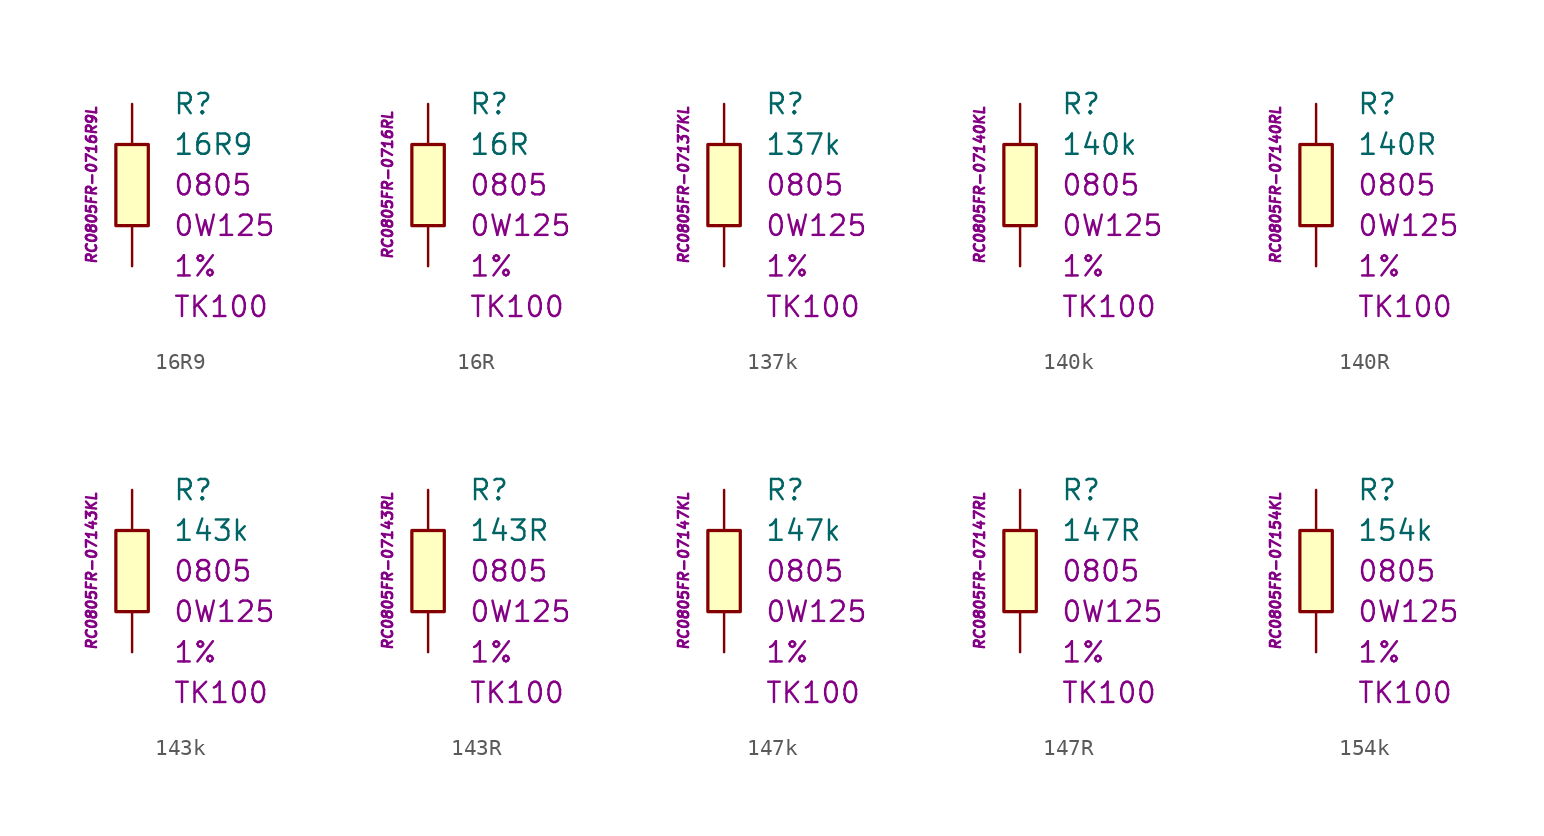
<source format=kicad_sym>
(kicad_symbol_lib
  (version 20201005)
  (generator kicad_symbol_editor)
  (symbol "16R9"
    (pin_numbers hide)
    (pin_names
      (offset 1.016) hide)
    (property "Reference" "R"
      (at 2.54 5.08 0)
      (effects (font (size 1.27 1.27)) (justify left)))
    (property "Value" "16R9"
      (at 2.54 2.54 0)
      (effects (font (size 1.27 1.27)) (justify left)))
    (property "Package" "0805"
      (at 2.54 0 0)
      (effects (font (size 1.27 1.27)) (justify left)))
    (property "Power" "0W125"
      (at 2.54 -2.54 0)
      (effects (font (size 1.27 1.27)) (justify left)))
    (property "Tolerance" "1%"
      (at 2.54 -5.08 0)
      (effects (font (size 1.27 1.27)) (justify left)))
    (property "TK" "TK100"
      (at 2.54 -7.62 0)
      (effects (font (size 1.27 1.27)) (justify left)))
    (property "ID" "RC0805FR-0716R9L"
      (at -2.54 0 90)
      (effects (font (size 0.635 0.635) italic)))
    (symbol "16R9_0_1"
      (rectangle (start -1.016 2.54) (end 1.016 -2.54) (stroke (width 0.203)) (fill (type background))))
    (symbol "16R9_1_1"
      (pin passive line (at 0 5.08 270) (length 2.54) (name "~" (effects (font (size 1.778 1.778)))) (number "1" (effects (font (size 1.778 1.778)))))
      (pin passive line (at 0 -5.08 90) (length 2.54) (name "~" (effects (font (size 1.778 1.778)))) (number "2" (effects (font (size 1.778 1.778)))))))
  (symbol "16R"
    (pin_numbers hide)
    (pin_names
      (offset 1.016) hide)
    (property "Reference" "R"
      (at 2.54 5.08 0)
      (effects (font (size 1.27 1.27)) (justify left)))
    (property "Value" "16R"
      (at 2.54 2.54 0)
      (effects (font (size 1.27 1.27)) (justify left)))
    (property "Package" "0805"
      (at 2.54 0 0)
      (effects (font (size 1.27 1.27)) (justify left)))
    (property "Power" "0W125"
      (at 2.54 -2.54 0)
      (effects (font (size 1.27 1.27)) (justify left)))
    (property "Tolerance" "1%"
      (at 2.54 -5.08 0)
      (effects (font (size 1.27 1.27)) (justify left)))
    (property "TK" "TK100"
      (at 2.54 -7.62 0)
      (effects (font (size 1.27 1.27)) (justify left)))
    (property "ID" "RC0805FR-0716RL"
      (at -2.54 0 90)
      (effects (font (size 0.635 0.635) italic)))
    (symbol "16R_0_1"
      (rectangle (start -1.016 2.54) (end 1.016 -2.54) (stroke (width 0.203)) (fill (type background))))
    (symbol "16R_1_1"
      (pin passive line (at 0 5.08 270) (length 2.54) (name "~" (effects (font (size 1.778 1.778)))) (number "1" (effects (font (size 1.778 1.778)))))
      (pin passive line (at 0 -5.08 90) (length 2.54) (name "~" (effects (font (size 1.778 1.778)))) (number "2" (effects (font (size 1.778 1.778)))))))
  (symbol "137k"
    (pin_numbers hide)
    (pin_names
      (offset 1.016) hide)
    (property "Reference" "R"
      (at 2.54 5.08 0)
      (effects (font (size 1.27 1.27)) (justify left)))
    (property "Value" "137k"
      (at 2.54 2.54 0)
      (effects (font (size 1.27 1.27)) (justify left)))
    (property "Package" "0805"
      (at 2.54 0 0)
      (effects (font (size 1.27 1.27)) (justify left)))
    (property "Power" "0W125"
      (at 2.54 -2.54 0)
      (effects (font (size 1.27 1.27)) (justify left)))
    (property "Tolerance" "1%"
      (at 2.54 -5.08 0)
      (effects (font (size 1.27 1.27)) (justify left)))
    (property "TK" "TK100"
      (at 2.54 -7.62 0)
      (effects (font (size 1.27 1.27)) (justify left)))
    (property "ID" "RC0805FR-07137KL"
      (at -2.54 0 90)
      (effects (font (size 0.635 0.635) italic)))
    (symbol "137k_0_1"
      (rectangle (start -1.016 2.54) (end 1.016 -2.54) (stroke (width 0.203)) (fill (type background))))
    (symbol "137k_1_1"
      (pin passive line (at 0 5.08 270) (length 2.54) (name "~" (effects (font (size 1.778 1.778)))) (number "1" (effects (font (size 1.778 1.778)))))
      (pin passive line (at 0 -5.08 90) (length 2.54) (name "~" (effects (font (size 1.778 1.778)))) (number "2" (effects (font (size 1.778 1.778)))))))
  (symbol "140k"
    (pin_numbers hide)
    (pin_names
      (offset 1.016) hide)
    (property "Reference" "R"
      (at 2.54 5.08 0)
      (effects (font (size 1.27 1.27)) (justify left)))
    (property "Value" "140k"
      (at 2.54 2.54 0)
      (effects (font (size 1.27 1.27)) (justify left)))
    (property "Package" "0805"
      (at 2.54 0 0)
      (effects (font (size 1.27 1.27)) (justify left)))
    (property "Power" "0W125"
      (at 2.54 -2.54 0)
      (effects (font (size 1.27 1.27)) (justify left)))
    (property "Tolerance" "1%"
      (at 2.54 -5.08 0)
      (effects (font (size 1.27 1.27)) (justify left)))
    (property "TK" "TK100"
      (at 2.54 -7.62 0)
      (effects (font (size 1.27 1.27)) (justify left)))
    (property "ID" "RC0805FR-07140KL"
      (at -2.54 0 90)
      (effects (font (size 0.635 0.635) italic)))
    (symbol "140k_0_1"
      (rectangle (start -1.016 2.54) (end 1.016 -2.54) (stroke (width 0.203)) (fill (type background))))
    (symbol "140k_1_1"
      (pin passive line (at 0 5.08 270) (length 2.54) (name "~" (effects (font (size 1.778 1.778)))) (number "1" (effects (font (size 1.778 1.778)))))
      (pin passive line (at 0 -5.08 90) (length 2.54) (name "~" (effects (font (size 1.778 1.778)))) (number "2" (effects (font (size 1.778 1.778)))))))
  (symbol "140R"
    (pin_numbers hide)
    (pin_names
      (offset 1.016) hide)
    (property "Reference" "R"
      (at 2.54 5.08 0)
      (effects (font (size 1.27 1.27)) (justify left)))
    (property "Value" "140R"
      (at 2.54 2.54 0)
      (effects (font (size 1.27 1.27)) (justify left)))
    (property "Package" "0805"
      (at 2.54 0 0)
      (effects (font (size 1.27 1.27)) (justify left)))
    (property "Power" "0W125"
      (at 2.54 -2.54 0)
      (effects (font (size 1.27 1.27)) (justify left)))
    (property "Tolerance" "1%"
      (at 2.54 -5.08 0)
      (effects (font (size 1.27 1.27)) (justify left)))
    (property "TK" "TK100"
      (at 2.54 -7.62 0)
      (effects (font (size 1.27 1.27)) (justify left)))
    (property "ID" "RC0805FR-07140RL"
      (at -2.54 0 90)
      (effects (font (size 0.635 0.635) italic)))
    (symbol "140R_0_1"
      (rectangle (start -1.016 2.54) (end 1.016 -2.54) (stroke (width 0.203)) (fill (type background))))
    (symbol "140R_1_1"
      (pin passive line (at 0 5.08 270) (length 2.54) (name "~" (effects (font (size 1.778 1.778)))) (number "1" (effects (font (size 1.778 1.778)))))
      (pin passive line (at 0 -5.08 90) (length 2.54) (name "~" (effects (font (size 1.778 1.778)))) (number "2" (effects (font (size 1.778 1.778)))))))
  (symbol "143k"
    (pin_numbers hide)
    (pin_names
      (offset 1.016) hide)
    (property "Reference" "R"
      (at 2.54 5.08 0)
      (effects (font (size 1.27 1.27)) (justify left)))
    (property "Value" "143k"
      (at 2.54 2.54 0)
      (effects (font (size 1.27 1.27)) (justify left)))
    (property "Package" "0805"
      (at 2.54 0 0)
      (effects (font (size 1.27 1.27)) (justify left)))
    (property "Power" "0W125"
      (at 2.54 -2.54 0)
      (effects (font (size 1.27 1.27)) (justify left)))
    (property "Tolerance" "1%"
      (at 2.54 -5.08 0)
      (effects (font (size 1.27 1.27)) (justify left)))
    (property "TK" "TK100"
      (at 2.54 -7.62 0)
      (effects (font (size 1.27 1.27)) (justify left)))
    (property "ID" "RC0805FR-07143KL"
      (at -2.54 0 90)
      (effects (font (size 0.635 0.635) italic)))
    (symbol "143k_0_1"
      (rectangle (start -1.016 2.54) (end 1.016 -2.54) (stroke (width 0.203)) (fill (type background))))
    (symbol "143k_1_1"
      (pin passive line (at 0 5.08 270) (length 2.54) (name "~" (effects (font (size 1.778 1.778)))) (number "1" (effects (font (size 1.778 1.778)))))
      (pin passive line (at 0 -5.08 90) (length 2.54) (name "~" (effects (font (size 1.778 1.778)))) (number "2" (effects (font (size 1.778 1.778)))))))
  (symbol "143R"
    (pin_numbers hide)
    (pin_names
      (offset 1.016) hide)
    (property "Reference" "R"
      (at 2.54 5.08 0)
      (effects (font (size 1.27 1.27)) (justify left)))
    (property "Value" "143R"
      (at 2.54 2.54 0)
      (effects (font (size 1.27 1.27)) (justify left)))
    (property "Package" "0805"
      (at 2.54 0 0)
      (effects (font (size 1.27 1.27)) (justify left)))
    (property "Power" "0W125"
      (at 2.54 -2.54 0)
      (effects (font (size 1.27 1.27)) (justify left)))
    (property "Tolerance" "1%"
      (at 2.54 -5.08 0)
      (effects (font (size 1.27 1.27)) (justify left)))
    (property "TK" "TK100"
      (at 2.54 -7.62 0)
      (effects (font (size 1.27 1.27)) (justify left)))
    (property "ID" "RC0805FR-07143RL"
      (at -2.54 0 90)
      (effects (font (size 0.635 0.635) italic)))
    (symbol "143R_0_1"
      (rectangle (start -1.016 2.54) (end 1.016 -2.54) (stroke (width 0.203)) (fill (type background))))
    (symbol "143R_1_1"
      (pin passive line (at 0 5.08 270) (length 2.54) (name "~" (effects (font (size 1.778 1.778)))) (number "1" (effects (font (size 1.778 1.778)))))
      (pin passive line (at 0 -5.08 90) (length 2.54) (name "~" (effects (font (size 1.778 1.778)))) (number "2" (effects (font (size 1.778 1.778)))))))
  (symbol "147k"
    (pin_numbers hide)
    (pin_names
      (offset 1.016) hide)
    (property "Reference" "R"
      (at 2.54 5.08 0)
      (effects (font (size 1.27 1.27)) (justify left)))
    (property "Value" "147k"
      (at 2.54 2.54 0)
      (effects (font (size 1.27 1.27)) (justify left)))
    (property "Package" "0805"
      (at 2.54 0 0)
      (effects (font (size 1.27 1.27)) (justify left)))
    (property "Power" "0W125"
      (at 2.54 -2.54 0)
      (effects (font (size 1.27 1.27)) (justify left)))
    (property "Tolerance" "1%"
      (at 2.54 -5.08 0)
      (effects (font (size 1.27 1.27)) (justify left)))
    (property "TK" "TK100"
      (at 2.54 -7.62 0)
      (effects (font (size 1.27 1.27)) (justify left)))
    (property "ID" "RC0805FR-07147KL"
      (at -2.54 0 90)
      (effects (font (size 0.635 0.635) italic)))
    (symbol "147k_0_1"
      (rectangle (start -1.016 2.54) (end 1.016 -2.54) (stroke (width 0.203)) (fill (type background))))
    (symbol "147k_1_1"
      (pin passive line (at 0 5.08 270) (length 2.54) (name "~" (effects (font (size 1.778 1.778)))) (number "1" (effects (font (size 1.778 1.778)))))
      (pin passive line (at 0 -5.08 90) (length 2.54) (name "~" (effects (font (size 1.778 1.778)))) (number "2" (effects (font (size 1.778 1.778)))))))
  (symbol "147R"
    (pin_numbers hide)
    (pin_names
      (offset 1.016) hide)
    (property "Reference" "R"
      (at 2.54 5.08 0)
      (effects (font (size 1.27 1.27)) (justify left)))
    (property "Value" "147R"
      (at 2.54 2.54 0)
      (effects (font (size 1.27 1.27)) (justify left)))
    (property "Package" "0805"
      (at 2.54 0 0)
      (effects (font (size 1.27 1.27)) (justify left)))
    (property "Power" "0W125"
      (at 2.54 -2.54 0)
      (effects (font (size 1.27 1.27)) (justify left)))
    (property "Tolerance" "1%"
      (at 2.54 -5.08 0)
      (effects (font (size 1.27 1.27)) (justify left)))
    (property "TK" "TK100"
      (at 2.54 -7.62 0)
      (effects (font (size 1.27 1.27)) (justify left)))
    (property "ID" "RC0805FR-07147RL"
      (at -2.54 0 90)
      (effects (font (size 0.635 0.635) italic)))
    (symbol "147R_0_1"
      (rectangle (start -1.016 2.54) (end 1.016 -2.54) (stroke (width 0.203)) (fill (type background))))
    (symbol "147R_1_1"
      (pin passive line (at 0 5.08 270) (length 2.54) (name "~" (effects (font (size 1.778 1.778)))) (number "1" (effects (font (size 1.778 1.778)))))
      (pin passive line (at 0 -5.08 90) (length 2.54) (name "~" (effects (font (size 1.778 1.778)))) (number "2" (effects (font (size 1.778 1.778)))))))
  (symbol "154k"
    (pin_numbers hide)
    (pin_names
      (offset 1.016) hide)
    (property "Reference" "R"
      (at 2.54 5.08 0)
      (effects (font (size 1.27 1.27)) (justify left)))
    (property "Value" "154k"
      (at 2.54 2.54 0)
      (effects (font (size 1.27 1.27)) (justify left)))
    (property "Package" "0805"
      (at 2.54 0 0)
      (effects (font (size 1.27 1.27)) (justify left)))
    (property "Power" "0W125"
      (at 2.54 -2.54 0)
      (effects (font (size 1.27 1.27)) (justify left)))
    (property "Tolerance" "1%"
      (at 2.54 -5.08 0)
      (effects (font (size 1.27 1.27)) (justify left)))
    (property "TK" "TK100"
      (at 2.54 -7.62 0)
      (effects (font (size 1.27 1.27)) (justify left)))
    (property "ID" "RC0805FR-07154KL"
      (at -2.54 0 90)
      (effects (font (size 0.635 0.635) italic)))
    (symbol "154k_0_1"
      (rectangle (start -1.016 2.54) (end 1.016 -2.54) (stroke (width 0.203)) (fill (type background))))
    (symbol "154k_1_1"
      (pin passive line (at 0 5.08 270) (length 2.54) (name "~" (effects (font (size 1.778 1.778)))) (number "1" (effects (font (size 1.778 1.778)))))
      (pin passive line (at 0 -5.08 90) (length 2.54) (name "~" (effects (font (size 1.778 1.778)))) (number "2" (effects (font (size 1.778 1.778))))))))
</source>
